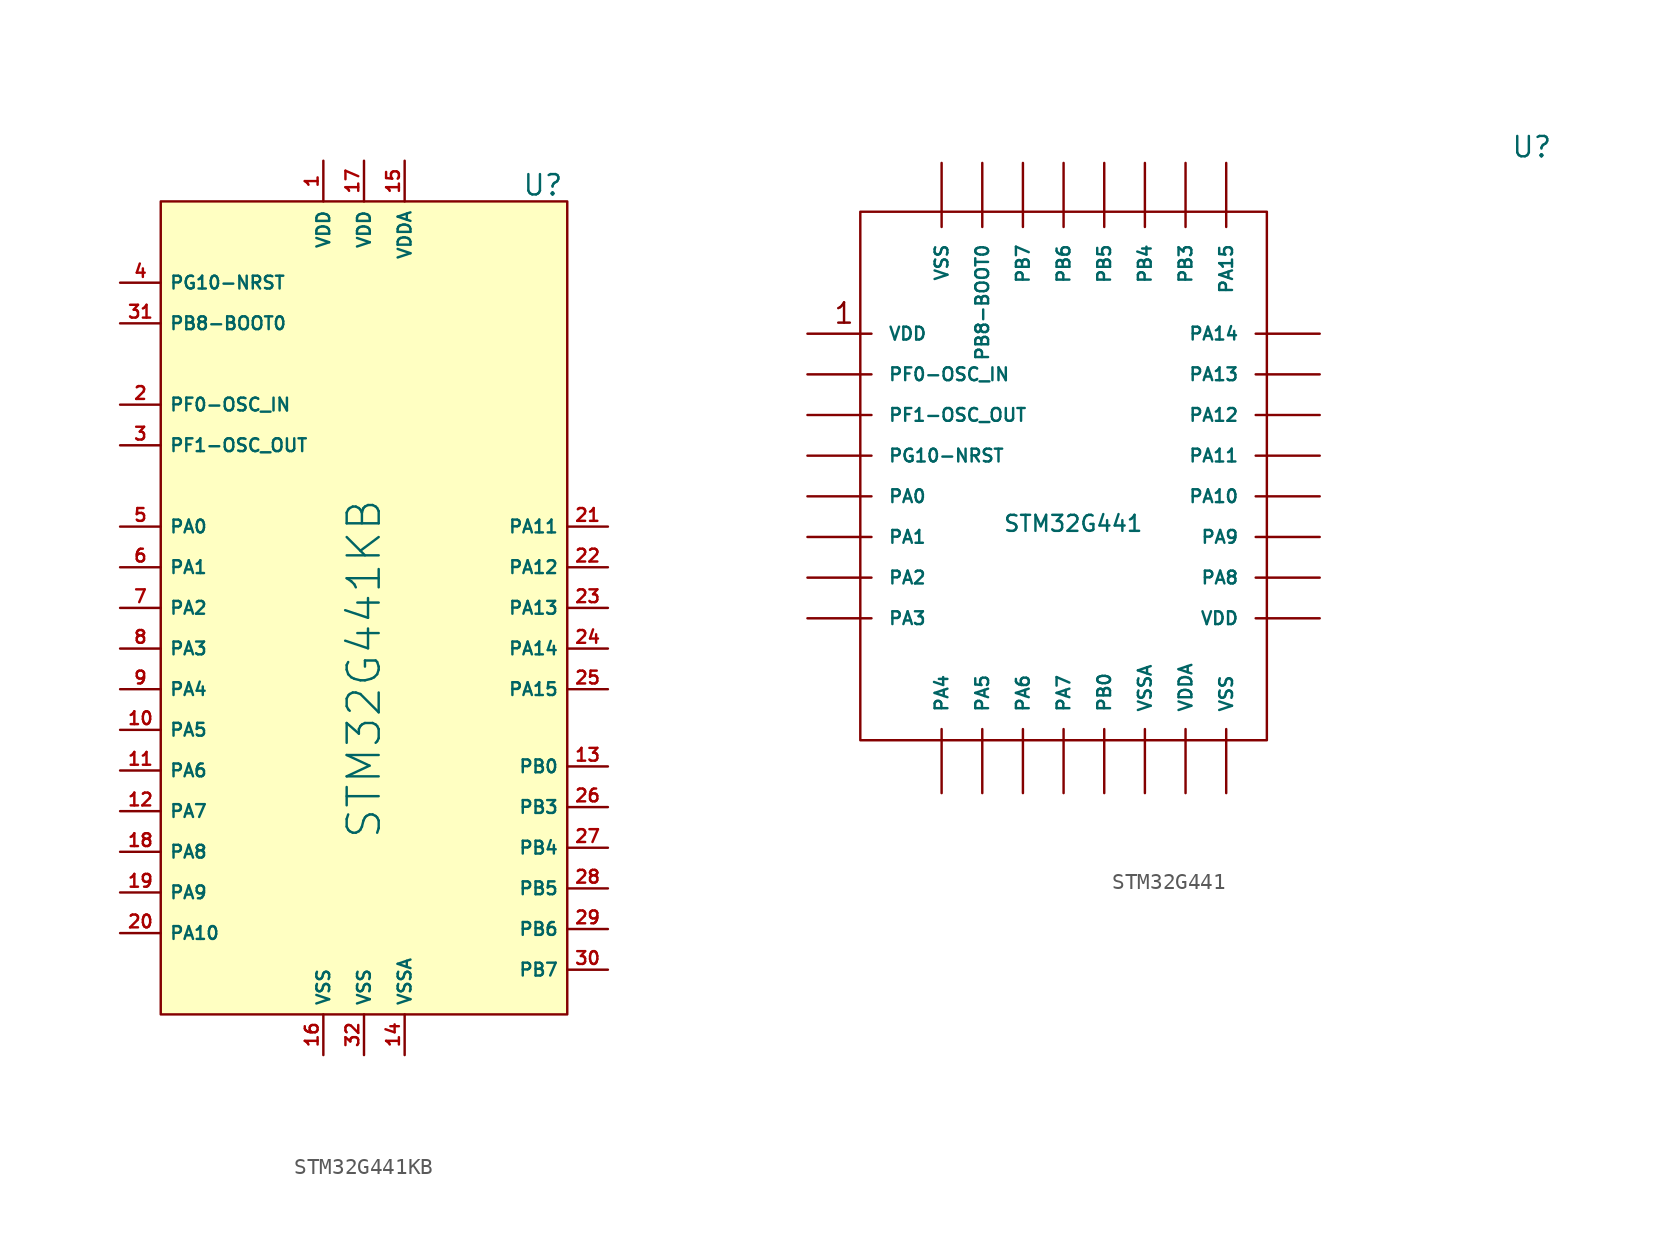
<source format=kicad_sym>
(kicad_symbol_lib
  (version 20211014)
  (generator kicad_symbol_editor)
  (symbol "STM32G441KB"
    (property "Reference" "U"
      (at 23.876 51.816 0)
      (effects (font (size 1.27 1.27))))
    (property "Value" "STM32G441KB"
      (at 12.7 21.59 90)
      (effects (font (size 2 2))))
    (symbol "STM32G441KB_0_0"
      (pin bidirectional line (at 10.16 53.34 270) (length 2.54) (name "VDD" (effects (font (size 0.8 0.8)))) (number "1" (effects (font (size 0.8 0.8)))))
      (pin bidirectional line (at -2.54 17.78 0) (length 2.54) (name "PA5" (effects (font (size 0.8 0.8)))) (number "10" (effects (font (size 0.8 0.8)))))
      (pin bidirectional line (at -2.54 15.24 0) (length 2.54) (name "PA6" (effects (font (size 0.8 0.8)))) (number "11" (effects (font (size 0.8 0.8)))))
      (pin bidirectional line (at -2.54 12.7 0) (length 2.54) (name "PA7" (effects (font (size 0.8 0.8)))) (number "12" (effects (font (size 0.8 0.8)))))
      (pin bidirectional line (at 27.94 15.494 180) (length 2.54) (name "PB0" (effects (font (size 0.8 0.8)))) (number "13" (effects (font (size 0.8 0.8)))))
      (pin bidirectional line (at 15.24 -2.54 90) (length 2.54) (name "VSSA" (effects (font (size 0.8 0.8)))) (number "14" (effects (font (size 0.8 0.8)))))
      (pin bidirectional line (at 15.24 53.34 270) (length 2.54) (name "VDDA" (effects (font (size 0.8 0.8)))) (number "15" (effects (font (size 0.8 0.8)))))
      (pin bidirectional line (at 10.16 -2.54 90) (length 2.54) (name "VSS" (effects (font (size 0.8 0.8)))) (number "16" (effects (font (size 0.8 0.8)))))
      (pin bidirectional line (at 12.7 53.34 270) (length 2.54) (name "VDD" (effects (font (size 0.8 0.8)))) (number "17" (effects (font (size 0.8 0.8)))))
      (pin bidirectional line (at -2.54 10.16 0) (length 2.54) (name "PA8" (effects (font (size 0.8 0.8)))) (number "18" (effects (font (size 0.8 0.8)))))
      (pin bidirectional line (at -2.54 7.62 0) (length 2.54) (name "PA9" (effects (font (size 0.8 0.8)))) (number "19" (effects (font (size 0.8 0.8)))))
      (pin bidirectional line (at -2.54 38.1 0) (length 2.54) (name "PF0-OSC_IN" (effects (font (size 0.8 0.8)))) (number "2" (effects (font (size 0.8 0.8)))))
      (pin bidirectional line (at -2.54 5.08 0) (length 2.54) (name "PA10" (effects (font (size 0.8 0.8)))) (number "20" (effects (font (size 0.8 0.8)))))
      (pin bidirectional line (at 27.94 30.48 180) (length 2.54) (name "PA11" (effects (font (size 0.8 0.8)))) (number "21" (effects (font (size 0.8 0.8)))))
      (pin bidirectional line (at 27.94 27.94 180) (length 2.54) (name "PA12" (effects (font (size 0.8 0.8)))) (number "22" (effects (font (size 0.8 0.8)))))
      (pin bidirectional line (at 27.94 25.4 180) (length 2.54) (name "PA13" (effects (font (size 0.8 0.8)))) (number "23" (effects (font (size 0.8 0.8)))))
      (pin bidirectional line (at 27.94 22.86 180) (length 2.54) (name "PA14" (effects (font (size 0.8 0.8)))) (number "24" (effects (font (size 0.8 0.8)))))
      (pin bidirectional line (at 27.94 20.32 180) (length 2.54) (name "PA15" (effects (font (size 0.8 0.8)))) (number "25" (effects (font (size 0.8 0.8)))))
      (pin bidirectional line (at 27.94 12.954 180) (length 2.54) (name "PB3" (effects (font (size 0.8 0.8)))) (number "26" (effects (font (size 0.8 0.8)))))
      (pin bidirectional line (at 27.94 10.414 180) (length 2.54) (name "PB4" (effects (font (size 0.8 0.8)))) (number "27" (effects (font (size 0.8 0.8)))))
      (pin bidirectional line (at 27.94 7.874 180) (length 2.54) (name "PB5" (effects (font (size 0.8 0.8)))) (number "28" (effects (font (size 0.8 0.8)))))
      (pin bidirectional line (at 27.94 5.334 180) (length 2.54) (name "PB6" (effects (font (size 0.8 0.8)))) (number "29" (effects (font (size 0.8 0.8)))))
      (pin bidirectional line (at -2.54 35.56 0) (length 2.54) (name "PF1-OSC_OUT" (effects (font (size 0.8 0.8)))) (number "3" (effects (font (size 0.8 0.8)))))
      (pin bidirectional line (at 27.94 2.794 180) (length 2.54) (name "PB7" (effects (font (size 0.8 0.8)))) (number "30" (effects (font (size 0.8 0.8)))))
      (pin bidirectional line (at -2.54 43.18 0) (length 2.54) (name "PB8-BOOT0" (effects (font (size 0.8 0.8)))) (number "31" (effects (font (size 0.8 0.8)))))
      (pin bidirectional line (at 12.7 -2.54 90) (length 2.54) (name "VSS" (effects (font (size 0.8 0.8)))) (number "32" (effects (font (size 0.8 0.8)))))
      (pin bidirectional line (at -2.54 45.72 0) (length 2.54) (name "PG10-NRST" (effects (font (size 0.8 0.8)))) (number "4" (effects (font (size 0.8 0.8)))))
      (pin bidirectional line (at -2.54 30.48 0) (length 2.54) (name "PA0" (effects (font (size 0.8 0.8)))) (number "5" (effects (font (size 0.8 0.8)))))
      (pin bidirectional line (at -2.54 27.94 0) (length 2.54) (name "PA1" (effects (font (size 0.8 0.8)))) (number "6" (effects (font (size 0.8 0.8)))))
      (pin bidirectional line (at -2.54 25.4 0) (length 2.54) (name "PA2" (effects (font (size 0.8 0.8)))) (number "7" (effects (font (size 0.8 0.8)))))
      (pin bidirectional line (at -2.54 22.86 0) (length 2.54) (name "PA3" (effects (font (size 0.8 0.8)))) (number "8" (effects (font (size 0.8 0.8)))))
      (pin bidirectional line (at -2.54 20.32 0) (length 2.54) (name "PA4" (effects (font (size 0.8 0.8)))) (number "9" (effects (font (size 0.8 0.8))))))
    (symbol "STM32G441KB_0_1"
      (rectangle (start 0 0) (end 25.4 50.8) (stroke (width 0) (type default) (color 0 0 0 0)) (fill (type background)))))
  (symbol "STM32G441"
    (pin_numbers hide)
    (pin_names
      (offset 1.016))
    (property "Reference" "U"
      (at 38.1 41.402 0)
      (effects (font (size 1.27 1.27)) (justify left bottom)))
    (property "Value" "STM32G441"
      (at 6.35 18.034 0)
      (effects (font (size 1 1)) (justify left bottom)))
    (property "ki_locked" ""
      (at 0 0 0)
      (effects (font (size 1.27 1.27))))
    (symbol "STM32G441_0_0"
      (text "1" (at -3.556 31.75 0) (effects (font (size 1.27 1.27))))
      (pin bidirectional line (at -5.842 30.48 0) (length 4) (name "VDD" (effects (font (size 0.8 0.8)))) (number "1" (effects (font (size 0.8 0.8)))))
      (pin bidirectional line (at 5.08 1.778 90) (length 4) (name "PA5" (effects (font (size 0.8 0.8)))) (number "10" (effects (font (size 0.8 0.8)))))
      (pin bidirectional line (at 7.62 1.778 90) (length 4) (name "PA6" (effects (font (size 0.8 0.8)))) (number "11" (effects (font (size 0.8 0.8)))))
      (pin bidirectional line (at 10.16 1.778 90) (length 4) (name "PA7" (effects (font (size 0.8 0.8)))) (number "12" (effects (font (size 0.8 0.8)))))
      (pin bidirectional line (at 12.7 1.778 90) (length 4) (name "PB0" (effects (font (size 0.8 0.8)))) (number "13" (effects (font (size 0.8 0.8)))))
      (pin bidirectional line (at 15.24 1.778 90) (length 4) (name "VSSA" (effects (font (size 0.8 0.8)))) (number "14" (effects (font (size 0.8 0.8)))))
      (pin bidirectional line (at 17.78 1.778 90) (length 4) (name "VDDA" (effects (font (size 0.8 0.8)))) (number "15" (effects (font (size 0.8 0.8)))))
      (pin bidirectional line (at 20.32 1.778 90) (length 4) (name "VSS" (effects (font (size 0.8 0.8)))) (number "16" (effects (font (size 0.8 0.8)))))
      (pin bidirectional line (at 26.162 12.7 180) (length 4) (name "VDD" (effects (font (size 0.8 0.8)))) (number "17" (effects (font (size 0.8 0.8)))))
      (pin bidirectional line (at 26.162 15.24 180) (length 4) (name "PA8" (effects (font (size 0.8 0.8)))) (number "18" (effects (font (size 0.8 0.8)))))
      (pin bidirectional line (at 26.162 17.78 180) (length 4) (name "PA9" (effects (font (size 0.8 0.8)))) (number "19" (effects (font (size 0.8 0.8)))))
      (pin bidirectional line (at -5.842 27.94 0) (length 4) (name "PF0-OSC_IN" (effects (font (size 0.8 0.8)))) (number "2" (effects (font (size 0.8 0.8)))))
      (pin bidirectional line (at 26.162 20.32 180) (length 4) (name "PA10" (effects (font (size 0.8 0.8)))) (number "20" (effects (font (size 0.8 0.8)))))
      (pin bidirectional line (at 26.162 22.86 180) (length 4) (name "PA11" (effects (font (size 0.8 0.8)))) (number "21" (effects (font (size 0.8 0.8)))))
      (pin bidirectional line (at 26.162 25.4 180) (length 4) (name "PA12" (effects (font (size 0.8 0.8)))) (number "22" (effects (font (size 0.8 0.8)))))
      (pin bidirectional line (at 26.162 27.94 180) (length 4) (name "PA13" (effects (font (size 0.8 0.8)))) (number "23" (effects (font (size 0.8 0.8)))))
      (pin bidirectional line (at 26.162 30.48 180) (length 4) (name "PA14" (effects (font (size 0.8 0.8)))) (number "24" (effects (font (size 0.8 0.8)))))
      (pin bidirectional line (at 20.32 41.148 270) (length 4) (name "PA15" (effects (font (size 0.8 0.8)))) (number "25" (effects (font (size 0.8 0.8)))))
      (pin bidirectional line (at 17.78 41.148 270) (length 4) (name "PB3" (effects (font (size 0.8 0.8)))) (number "26" (effects (font (size 0.8 0.8)))))
      (pin bidirectional line (at 15.24 41.148 270) (length 4) (name "PB4" (effects (font (size 0.8 0.8)))) (number "27" (effects (font (size 0.8 0.8)))))
      (pin bidirectional line (at 12.7 41.148 270) (length 4) (name "PB5" (effects (font (size 0.8 0.8)))) (number "28" (effects (font (size 0.8 0.8)))))
      (pin bidirectional line (at 10.16 41.148 270) (length 4) (name "PB6" (effects (font (size 0.8 0.8)))) (number "29" (effects (font (size 0.8 0.8)))))
      (pin bidirectional line (at -5.842 25.4 0) (length 4) (name "PF1-OSC_OUT" (effects (font (size 0.8 0.8)))) (number "3" (effects (font (size 0.8 0.8)))))
      (pin bidirectional line (at 7.62 41.148 270) (length 4) (name "PB7" (effects (font (size 0.8 0.8)))) (number "30" (effects (font (size 0.8 0.8)))))
      (pin bidirectional line (at 5.08 41.148 270) (length 4) (name "PB8-BOOT0" (effects (font (size 0.8 0.8)))) (number "31" (effects (font (size 0.8 0.8)))))
      (pin bidirectional line (at 2.54 41.148 270) (length 4) (name "VSS" (effects (font (size 0.8 0.8)))) (number "32" (effects (font (size 0.8 0.8)))))
      (pin bidirectional line (at -5.842 22.86 0) (length 4) (name "PG10-NRST" (effects (font (size 0.8 0.8)))) (number "4" (effects (font (size 0.8 0.8)))))
      (pin bidirectional line (at -5.842 20.32 0) (length 4) (name "PA0" (effects (font (size 0.8 0.8)))) (number "5" (effects (font (size 0.8 0.8)))))
      (pin bidirectional line (at -5.842 17.78 0) (length 4) (name "PA1" (effects (font (size 0.8 0.8)))) (number "6" (effects (font (size 0.8 0.8)))))
      (pin bidirectional line (at -5.842 15.24 0) (length 4) (name "PA2" (effects (font (size 0.8 0.8)))) (number "7" (effects (font (size 0.8 0.8)))))
      (pin bidirectional line (at -5.842 12.7 0) (length 4) (name "PA3" (effects (font (size 0.8 0.8)))) (number "8" (effects (font (size 0.8 0.8)))))
      (pin bidirectional line (at 2.54 1.778 90) (length 4) (name "PA4" (effects (font (size 0.8 0.8)))) (number "9" (effects (font (size 0.8 0.8))))))
    (symbol "STM32G441_1_1"
      (polyline (pts (xy -2.54 5.08) (xy -2.54 38.1) (xy 22.86 38.1) (xy 22.86 5.08) (xy -2.54 5.08)) (stroke (width 0) (type default) (color 0 0 0 0)) (fill (type none))))))
</source>
